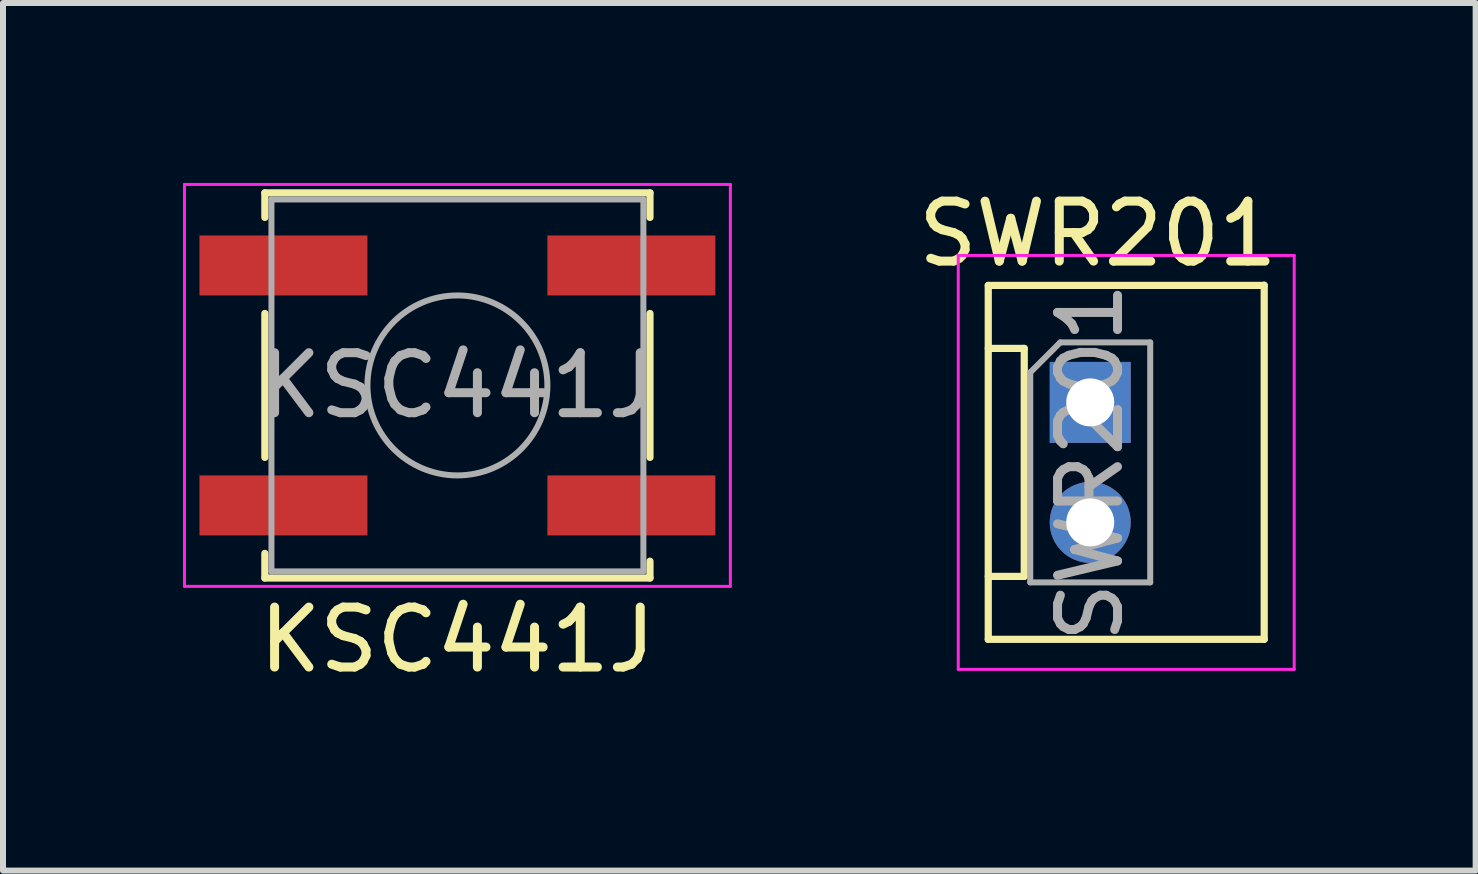
<source format=kicad_pcb>
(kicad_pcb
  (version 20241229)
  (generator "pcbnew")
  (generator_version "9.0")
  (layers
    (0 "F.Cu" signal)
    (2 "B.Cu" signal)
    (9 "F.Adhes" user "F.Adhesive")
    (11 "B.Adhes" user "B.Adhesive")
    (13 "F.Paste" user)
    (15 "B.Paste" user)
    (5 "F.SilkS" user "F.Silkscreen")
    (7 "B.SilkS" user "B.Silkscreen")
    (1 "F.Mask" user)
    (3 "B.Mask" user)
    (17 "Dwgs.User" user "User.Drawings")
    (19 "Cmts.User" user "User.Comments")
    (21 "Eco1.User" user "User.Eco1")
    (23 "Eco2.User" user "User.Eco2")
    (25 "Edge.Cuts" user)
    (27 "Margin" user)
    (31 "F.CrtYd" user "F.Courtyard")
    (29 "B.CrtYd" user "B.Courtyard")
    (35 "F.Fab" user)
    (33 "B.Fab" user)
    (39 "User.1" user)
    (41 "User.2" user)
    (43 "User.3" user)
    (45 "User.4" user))
  (footprint "KSC441J"
    (layer "F.Cu")
    (at 4.575 3.375)
    (property "Reference" "KSC441J" (at 0 4.24 0) (layer "F.SilkS") (effects (font (size 1 1) (thickness 0.15))))
    (attr smd)
    (fp_line (start -3.21 -3.21) (end -3.21 -2.8) (stroke (width 0.12) (type solid)) (layer "F.SilkS"))
    (fp_line (start -3.21 -1.2) (end -3.21 1.2) (stroke (width 0.12) (type solid)) (layer "F.SilkS"))
    (fp_line (start -3.21 2.8) (end -3.21 3.21) (stroke (width 0.12) (type solid)) (layer "F.SilkS"))
    (fp_line (start -3.21 3.21) (end 3.21 3.21) (stroke (width 0.12) (type solid)) (layer "F.SilkS"))
    (fp_line (start 3.21 -3.21) (end -3.21 -3.21) (stroke (width 0.12) (type solid)) (layer "F.SilkS"))
    (fp_line (start 3.21 -2.8) (end 3.21 -3.21) (stroke (width 0.12) (type solid)) (layer "F.SilkS"))
    (fp_line (start 3.21 1.2) (end 3.21 -1.2) (stroke (width 0.12) (type solid)) (layer "F.SilkS"))
    (fp_line (start 3.21 3.21) (end 3.21 2.93) (stroke (width 0.12) (type solid)) (layer "F.SilkS"))
    (fp_line (start -4.55 -3.35) (end 4.55 -3.35) (stroke (width 0.05) (type solid)) (layer "F.CrtYd"))
    (fp_line (start -4.55 3.35) (end -4.55 -3.35) (stroke (width 0.05) (type solid)) (layer "F.CrtYd"))
    (fp_line (start 4.55 -3.35) (end 4.55 3.35) (stroke (width 0.05) (type solid)) (layer "F.CrtYd"))
    (fp_line (start 4.55 3.35) (end -4.55 3.35) (stroke (width 0.05) (type solid)) (layer "F.CrtYd"))
    (fp_line (start -3.1 -3.1) (end 3.1 -3.1) (stroke (width 0.1) (type solid)) (layer "F.Fab"))
    (fp_line (start -3.1 3.1) (end -3.1 -3.1) (stroke (width 0.1) (type solid)) (layer "F.Fab"))
    (fp_line (start 3.1 -3.1) (end 3.1 3.1) (stroke (width 0.1) (type solid)) (layer "F.Fab"))
    (fp_line (start 3.1 3.1) (end -3.1 3.1) (stroke (width 0.1) (type solid)) (layer "F.Fab"))
    (fp_circle (center 0 0) (end 1.5 0) (stroke (width 0.1) (type solid)) (fill no) (layer "F.Fab"))
    (fp_text user "${REFERENCE}" (at 0 0 0) (layer "F.Fab") (effects (font (size 1 1) (thickness 0.15))))
    (pad "1" smd rect (at 2.9 -2) (size 2.8 1) (layers "F.Cu" "F.Mask" "F.Paste"))
    (pad "2" smd rect (at -2.9 -2) (size 2.8 1) (layers "F.Cu" "F.Mask" "F.Paste"))
    (pad "3" smd rect (at 2.9 2) (size 2.8 1) (layers "F.Cu" "F.Mask" "F.Paste"))
    (pad "4" smd rect (at -2.9 2) (size 2.8 1) (layers "F.Cu" "F.Mask" "F.Paste")))
  (footprint "SWR201"
    (layer "F.Cu")
    (at 15.124 4.658)
    (property "Reference" "SWR201" (at 0.127 -3.81 0) (layer "F.SilkS") (effects (font (size 1 1) (thickness 0.15))))
    (attr through_hole)
    (fp_line (start -1.7 -2.95) (end -1.7 2.95) (stroke (width 0.12) (type solid)) (layer "F.SilkS"))
    (fp_line (start -1.7 -1.9) (end -1.1 -1.9) (stroke (width 0.12) (type solid)) (layer "F.SilkS"))
    (fp_line (start -1.7 2.95) (end 2.9 2.95) (stroke (width 0.12) (type solid)) (layer "F.SilkS"))
    (fp_line (start -1.1 -1.9) (end -1.1 1.9) (stroke (width 0.12) (type solid)) (layer "F.SilkS"))
    (fp_line (start -1.1 1.9) (end -1.7 1.9) (stroke (width 0.12) (type solid)) (layer "F.SilkS"))
    (fp_line (start 2.9 -2.955) (end 2.9 2.95) (stroke (width 0.12) (type solid)) (layer "F.SilkS"))
    (fp_line (start 2.9 -2.95) (end -1.7 -2.95) (stroke (width 0.12) (type solid)) (layer "F.SilkS"))
    (fp_line (start -2.2 -3.45) (end -2.2 3.45) (stroke (width 0.05) (type solid)) (layer "F.CrtYd"))
    (fp_line (start -2.2 3.45) (end 3.4 3.45) (stroke (width 0.05) (type solid)) (layer "F.CrtYd"))
    (fp_line (start 3.4 -3.45) (end -2.2 -3.45) (stroke (width 0.05) (type solid)) (layer "F.CrtYd"))
    (fp_line (start 3.4 3.45) (end 3.4 -3.45) (stroke (width 0.05) (type solid)) (layer "F.CrtYd"))
    (fp_line (start -1 -1.5) (end -0.5 -2) (stroke (width 0.1) (type solid)) (layer "F.Fab"))
    (fp_line (start -1 2) (end -1 -1.5) (stroke (width 0.1) (type solid)) (layer "F.Fab"))
    (fp_line (start -0.5 -2) (end 1 -2) (stroke (width 0.1) (type solid)) (layer "F.Fab"))
    (fp_line (start 1 -2) (end 1 2) (stroke (width 0.1) (type solid)) (layer "F.Fab"))
    (fp_line (start 1 2) (end -1 2) (stroke (width 0.1) (type solid)) (layer "F.Fab"))
    (fp_text user "${REFERENCE}" (at 0 0 90) (layer "F.Fab") (effects (font (size 1 1) (thickness 0.15))))
    (pad "1" thru_hole rect (at 0 -1) (size 1.35 1.35) (drill 0.8) (layers "*.Cu" "*.Mask"))
    (pad "2" thru_hole oval (at 0 1) (size 1.35 1.35) (drill 0.8) (layers "*.Cu" "*.Mask")))
  (gr_rect
    (start -3 -3)
    (end 21.549 11.463)
    (stroke (width 0.1) (type default))
    (fill no)
    (layer "Edge.Cuts")))
</source>
